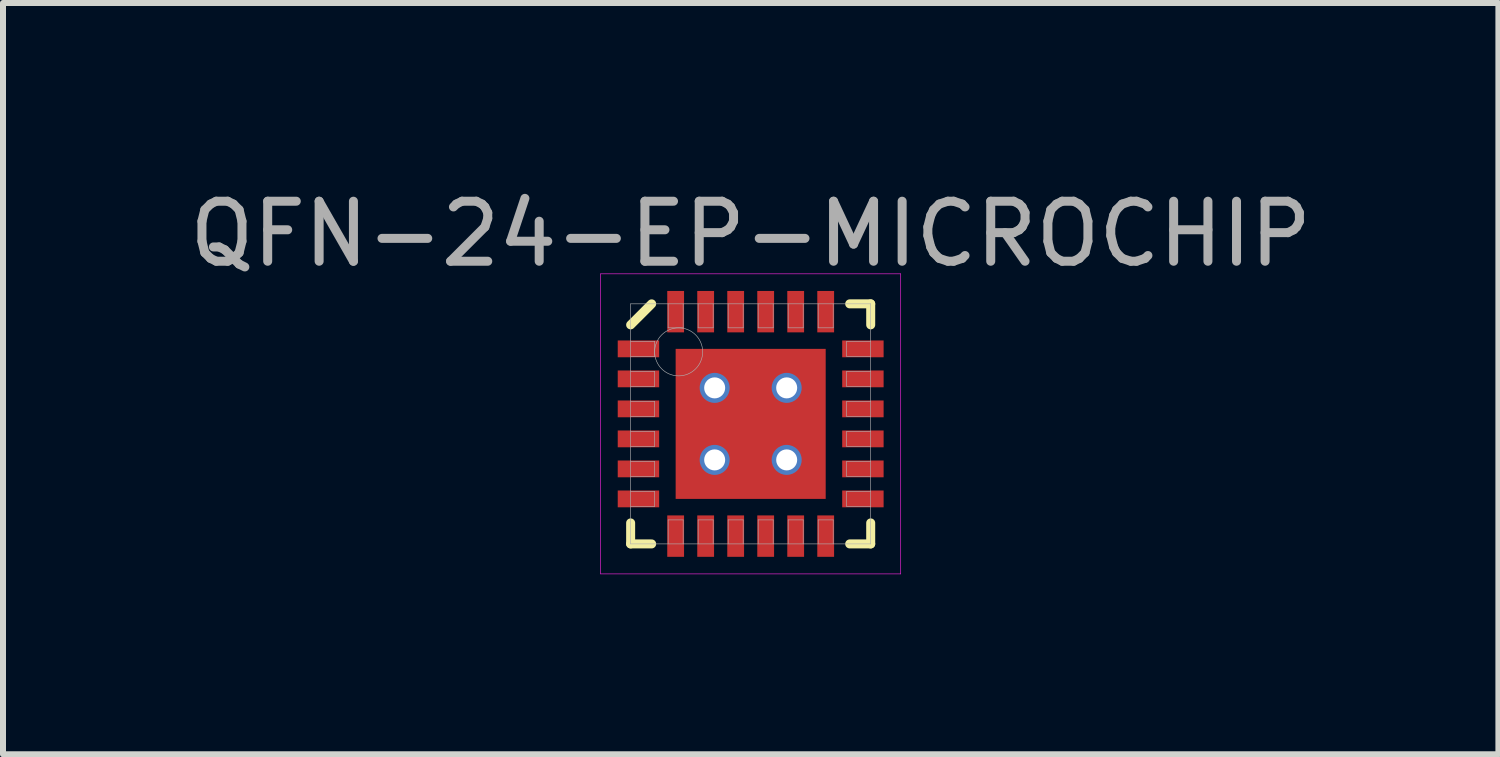
<source format=kicad_pcb>
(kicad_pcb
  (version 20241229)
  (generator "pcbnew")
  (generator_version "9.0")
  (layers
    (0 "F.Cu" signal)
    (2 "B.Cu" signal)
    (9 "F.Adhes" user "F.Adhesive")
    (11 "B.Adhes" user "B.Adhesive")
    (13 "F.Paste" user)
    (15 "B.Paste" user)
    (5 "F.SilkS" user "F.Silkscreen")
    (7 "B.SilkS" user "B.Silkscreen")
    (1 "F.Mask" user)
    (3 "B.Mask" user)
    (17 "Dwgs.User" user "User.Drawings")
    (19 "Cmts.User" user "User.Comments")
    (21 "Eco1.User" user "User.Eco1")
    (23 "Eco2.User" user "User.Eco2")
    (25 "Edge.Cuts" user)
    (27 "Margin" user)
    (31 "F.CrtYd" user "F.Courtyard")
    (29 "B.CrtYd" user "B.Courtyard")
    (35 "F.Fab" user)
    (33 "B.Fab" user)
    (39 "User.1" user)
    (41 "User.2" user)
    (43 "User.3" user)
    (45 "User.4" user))
  (footprint "QFN-24-EP-MICROCHIP"
    (layer "F.Cu")
    (at 9.458 4.013)
    (property "Reference" "QFN-24-EP-MICROCHIP" (at 0 -3.165 0) (layer "F.Fab") (effects (font (size 1 1) (thickness 0.15))))
    (attr through_hole)
    (fp_line (start -2 -1.65) (end -1.65 -2) (stroke (width 0.15) (type solid)) (layer "F.SilkS"))
    (fp_line (start -2 2) (end -2 1.65) (stroke (width 0.15) (type solid)) (layer "F.SilkS"))
    (fp_line (start -1.65 2) (end -2 2) (stroke (width 0.15) (type solid)) (layer "F.SilkS"))
    (fp_line (start 1.65 -2) (end 2 -2) (stroke (width 0.15) (type solid)) (layer "F.SilkS"))
    (fp_line (start 1.65 2) (end 2 2) (stroke (width 0.15) (type solid)) (layer "F.SilkS"))
    (fp_line (start 2 -2) (end 2 -1.65) (stroke (width 0.15) (type solid)) (layer "F.SilkS"))
    (fp_line (start 2 2) (end 2 1.65) (stroke (width 0.15) (type solid)) (layer "F.SilkS"))
    (fp_line (start -2.5 -2.5) (end 2.5 -2.5) (stroke (width 0.01) (type solid)) (layer "F.CrtYd"))
    (fp_line (start -2.5 2.5) (end -2.5 -2.5) (stroke (width 0.01) (type solid)) (layer "F.CrtYd"))
    (fp_line (start 2.5 -2.5) (end 2.5 2.5) (stroke (width 0.01) (type solid)) (layer "F.CrtYd"))
    (fp_line (start 2.5 2.5) (end -2.5 2.5) (stroke (width 0.01) (type solid)) (layer "F.CrtYd"))
    (fp_line (start -2 -2) (end 2 -2) (stroke (width 0.01) (type solid)) (layer "F.Fab"))
    (fp_line (start -2 -1.125) (end -1.6 -1.125) (stroke (width 0.01) (type solid)) (layer "F.Fab"))
    (fp_line (start -2 -0.625) (end -1.6 -0.625) (stroke (width 0.01) (type solid)) (layer "F.Fab"))
    (fp_line (start -2 -0.125) (end -1.6 -0.125) (stroke (width 0.01) (type solid)) (layer "F.Fab"))
    (fp_line (start -2 0.375) (end -1.6 0.375) (stroke (width 0.01) (type solid)) (layer "F.Fab"))
    (fp_line (start -2 0.875) (end -1.6 0.875) (stroke (width 0.01) (type solid)) (layer "F.Fab"))
    (fp_line (start -2 1.375) (end -1.6 1.375) (stroke (width 0.01) (type solid)) (layer "F.Fab"))
    (fp_line (start -2 2) (end -2 -2) (stroke (width 0.01) (type solid)) (layer "F.Fab"))
    (fp_line (start -1.6 -1.375) (end -2 -1.375) (stroke (width 0.01) (type solid)) (layer "F.Fab"))
    (fp_line (start -1.6 -1.125) (end -1.6 -1.375) (stroke (width 0.01) (type solid)) (layer "F.Fab"))
    (fp_line (start -1.6 -0.875) (end -2 -0.875) (stroke (width 0.01) (type solid)) (layer "F.Fab"))
    (fp_line (start -1.6 -0.625) (end -1.6 -0.875) (stroke (width 0.01) (type solid)) (layer "F.Fab"))
    (fp_line (start -1.6 -0.375) (end -2 -0.375) (stroke (width 0.01) (type solid)) (layer "F.Fab"))
    (fp_line (start -1.6 -0.125) (end -1.6 -0.375) (stroke (width 0.01) (type solid)) (layer "F.Fab"))
    (fp_line (start -1.6 0.125) (end -2 0.125) (stroke (width 0.01) (type solid)) (layer "F.Fab"))
    (fp_line (start -1.6 0.375) (end -1.6 0.125) (stroke (width 0.01) (type solid)) (layer "F.Fab"))
    (fp_line (start -1.6 0.625) (end -2 0.625) (stroke (width 0.01) (type solid)) (layer "F.Fab"))
    (fp_line (start -1.6 0.875) (end -1.6 0.625) (stroke (width 0.01) (type solid)) (layer "F.Fab"))
    (fp_line (start -1.6 1.125) (end -2 1.125) (stroke (width 0.01) (type solid)) (layer "F.Fab"))
    (fp_line (start -1.6 1.375) (end -1.6 1.125) (stroke (width 0.01) (type solid)) (layer "F.Fab"))
    (fp_line (start -1.375 -2) (end -1.375 -1.6) (stroke (width 0.01) (type solid)) (layer "F.Fab"))
    (fp_line (start -1.375 -1.6) (end -1.125 -1.6) (stroke (width 0.01) (type solid)) (layer "F.Fab"))
    (fp_line (start -1.375 1.6) (end -1.375 2) (stroke (width 0.01) (type solid)) (layer "F.Fab"))
    (fp_line (start -1.125 -1.6) (end -1.125 -2) (stroke (width 0.01) (type solid)) (layer "F.Fab"))
    (fp_line (start -1.125 1.6) (end -1.375 1.6) (stroke (width 0.01) (type solid)) (layer "F.Fab"))
    (fp_line (start -1.125 2) (end -1.125 1.6) (stroke (width 0.01) (type solid)) (layer "F.Fab"))
    (fp_line (start -0.875 -2) (end -0.875 -1.6) (stroke (width 0.01) (type solid)) (layer "F.Fab"))
    (fp_line (start -0.875 -1.6) (end -0.625 -1.6) (stroke (width 0.01) (type solid)) (layer "F.Fab"))
    (fp_line (start -0.875 1.6) (end -0.875 2) (stroke (width 0.01) (type solid)) (layer "F.Fab"))
    (fp_line (start -0.625 -1.6) (end -0.625 -2) (stroke (width 0.01) (type solid)) (layer "F.Fab"))
    (fp_line (start -0.625 1.6) (end -0.875 1.6) (stroke (width 0.01) (type solid)) (layer "F.Fab"))
    (fp_line (start -0.625 2) (end -0.625 1.6) (stroke (width 0.01) (type solid)) (layer "F.Fab"))
    (fp_line (start -0.375 -2) (end -0.375 -1.6) (stroke (width 0.01) (type solid)) (layer "F.Fab"))
    (fp_line (start -0.375 -1.6) (end -0.125 -1.6) (stroke (width 0.01) (type solid)) (layer "F.Fab"))
    (fp_line (start -0.375 1.6) (end -0.375 2) (stroke (width 0.01) (type solid)) (layer "F.Fab"))
    (fp_line (start -0.125 -1.6) (end -0.125 -2) (stroke (width 0.01) (type solid)) (layer "F.Fab"))
    (fp_line (start -0.125 1.6) (end -0.375 1.6) (stroke (width 0.01) (type solid)) (layer "F.Fab"))
    (fp_line (start -0.125 2) (end -0.125 1.6) (stroke (width 0.01) (type solid)) (layer "F.Fab"))
    (fp_line (start 0.125 -2) (end 0.125 -1.6) (stroke (width 0.01) (type solid)) (layer "F.Fab"))
    (fp_line (start 0.125 -1.6) (end 0.375 -1.6) (stroke (width 0.01) (type solid)) (layer "F.Fab"))
    (fp_line (start 0.125 1.6) (end 0.125 2) (stroke (width 0.01) (type solid)) (layer "F.Fab"))
    (fp_line (start 0.375 -1.6) (end 0.375 -2) (stroke (width 0.01) (type solid)) (layer "F.Fab"))
    (fp_line (start 0.375 1.6) (end 0.125 1.6) (stroke (width 0.01) (type solid)) (layer "F.Fab"))
    (fp_line (start 0.375 2) (end 0.375 1.6) (stroke (width 0.01) (type solid)) (layer "F.Fab"))
    (fp_line (start 0.625 -2) (end 0.625 -1.6) (stroke (width 0.01) (type solid)) (layer "F.Fab"))
    (fp_line (start 0.625 -1.6) (end 0.875 -1.6) (stroke (width 0.01) (type solid)) (layer "F.Fab"))
    (fp_line (start 0.625 1.6) (end 0.625 2) (stroke (width 0.01) (type solid)) (layer "F.Fab"))
    (fp_line (start 0.875 -1.6) (end 0.875 -2) (stroke (width 0.01) (type solid)) (layer "F.Fab"))
    (fp_line (start 0.875 1.6) (end 0.625 1.6) (stroke (width 0.01) (type solid)) (layer "F.Fab"))
    (fp_line (start 0.875 2) (end 0.875 1.6) (stroke (width 0.01) (type solid)) (layer "F.Fab"))
    (fp_line (start 1.125 -2) (end 1.125 -1.6) (stroke (width 0.01) (type solid)) (layer "F.Fab"))
    (fp_line (start 1.125 -1.6) (end 1.375 -1.6) (stroke (width 0.01) (type solid)) (layer "F.Fab"))
    (fp_line (start 1.125 1.6) (end 1.125 2) (stroke (width 0.01) (type solid)) (layer "F.Fab"))
    (fp_line (start 1.375 -1.6) (end 1.375 -2) (stroke (width 0.01) (type solid)) (layer "F.Fab"))
    (fp_line (start 1.375 1.6) (end 1.125 1.6) (stroke (width 0.01) (type solid)) (layer "F.Fab"))
    (fp_line (start 1.375 2) (end 1.375 1.6) (stroke (width 0.01) (type solid)) (layer "F.Fab"))
    (fp_line (start 1.6 -1.375) (end 1.6 -1.125) (stroke (width 0.01) (type solid)) (layer "F.Fab"))
    (fp_line (start 1.6 -1.125) (end 2 -1.125) (stroke (width 0.01) (type solid)) (layer "F.Fab"))
    (fp_line (start 1.6 -0.875) (end 1.6 -0.625) (stroke (width 0.01) (type solid)) (layer "F.Fab"))
    (fp_line (start 1.6 -0.625) (end 2 -0.625) (stroke (width 0.01) (type solid)) (layer "F.Fab"))
    (fp_line (start 1.6 -0.375) (end 1.6 -0.125) (stroke (width 0.01) (type solid)) (layer "F.Fab"))
    (fp_line (start 1.6 -0.125) (end 2 -0.125) (stroke (width 0.01) (type solid)) (layer "F.Fab"))
    (fp_line (start 1.6 0.125) (end 1.6 0.375) (stroke (width 0.01) (type solid)) (layer "F.Fab"))
    (fp_line (start 1.6 0.375) (end 2 0.375) (stroke (width 0.01) (type solid)) (layer "F.Fab"))
    (fp_line (start 1.6 0.625) (end 1.6 0.875) (stroke (width 0.01) (type solid)) (layer "F.Fab"))
    (fp_line (start 1.6 0.875) (end 2 0.875) (stroke (width 0.01) (type solid)) (layer "F.Fab"))
    (fp_line (start 1.6 1.125) (end 1.6 1.375) (stroke (width 0.01) (type solid)) (layer "F.Fab"))
    (fp_line (start 1.6 1.375) (end 2 1.375) (stroke (width 0.01) (type solid)) (layer "F.Fab"))
    (fp_line (start 2 -2) (end 2 2) (stroke (width 0.01) (type solid)) (layer "F.Fab"))
    (fp_line (start 2 -1.375) (end 1.6 -1.375) (stroke (width 0.01) (type solid)) (layer "F.Fab"))
    (fp_line (start 2 -0.875) (end 1.6 -0.875) (stroke (width 0.01) (type solid)) (layer "F.Fab"))
    (fp_line (start 2 -0.375) (end 1.6 -0.375) (stroke (width 0.01) (type solid)) (layer "F.Fab"))
    (fp_line (start 2 0.125) (end 1.6 0.125) (stroke (width 0.01) (type solid)) (layer "F.Fab"))
    (fp_line (start 2 0.625) (end 1.6 0.625) (stroke (width 0.01) (type solid)) (layer "F.Fab"))
    (fp_line (start 2 1.125) (end 1.6 1.125) (stroke (width 0.01) (type solid)) (layer "F.Fab"))
    (fp_line (start 2 2) (end -2 2) (stroke (width 0.01) (type solid)) (layer "F.Fab"))
    (fp_circle (center -1.2 -1.2) (end -1.2 -0.8) (stroke (width 0.01) (type solid)) (fill no) (layer "F.Fab"))
    (pad "" smd rect (at -0.6 -0.6) (size 1 1) (layers "F.Mask"))
    (pad "" smd rect (at -0.6 -0.6) (size 1 1) (layers "F.Paste"))
    (pad "" smd rect (at -0.6 0.6) (size 1 1) (layers "F.Mask"))
    (pad "" smd rect (at -0.6 0.6) (size 1 1) (layers "F.Paste"))
    (pad "" smd rect (at 0.6 -0.6) (size 1 1) (layers "F.Mask"))
    (pad "" smd rect (at 0.6 -0.6) (size 1 1) (layers "F.Paste"))
    (pad "" smd rect (at 0.6 0.6) (size 1 1) (layers "F.Mask"))
    (pad "" smd rect (at 0.6 0.6) (size 1 1) (layers "F.Paste"))
    (pad "1" smd rect (at -1.87 -1.25) (size 0.69 0.28) (layers "F.Cu" "F.Mask" "F.Paste"))
    (pad "2" smd rect (at -1.87 -0.75) (size 0.69 0.28) (layers "F.Cu" "F.Mask" "F.Paste"))
    (pad "3" smd rect (at -1.87 -0.25) (size 0.69 0.28) (layers "F.Cu" "F.Mask" "F.Paste"))
    (pad "4" smd rect (at -1.87 0.25) (size 0.69 0.28) (layers "F.Cu" "F.Mask" "F.Paste"))
    (pad "5" smd rect (at -1.87 0.75) (size 0.69 0.28) (layers "F.Cu" "F.Mask" "F.Paste"))
    (pad "6" smd rect (at -1.87 1.25) (size 0.69 0.28) (layers "F.Cu" "F.Mask" "F.Paste"))
    (pad "7" smd rect (at -1.25 1.87) (size 0.28 0.69) (layers "F.Cu" "F.Mask" "F.Paste"))
    (pad "8" smd rect (at -0.75 1.87) (size 0.28 0.69) (layers "F.Cu" "F.Mask" "F.Paste"))
    (pad "9" smd rect (at -0.25 1.87) (size 0.28 0.69) (layers "F.Cu" "F.Mask" "F.Paste"))
    (pad "10" smd rect (at 0.25 1.87) (size 0.28 0.69) (layers "F.Cu" "F.Mask" "F.Paste"))
    (pad "11" smd rect (at 0.75 1.87) (size 0.28 0.69) (layers "F.Cu" "F.Mask" "F.Paste"))
    (pad "12" smd rect (at 1.25 1.87) (size 0.28 0.69) (layers "F.Cu" "F.Mask" "F.Paste"))
    (pad "13" smd rect (at 1.87 1.25) (size 0.69 0.28) (layers "F.Cu" "F.Mask" "F.Paste"))
    (pad "14" smd rect (at 1.87 0.75) (size 0.69 0.28) (layers "F.Cu" "F.Mask" "F.Paste"))
    (pad "15" smd rect (at 1.87 0.25) (size 0.69 0.28) (layers "F.Cu" "F.Mask" "F.Paste"))
    (pad "16" smd rect (at 1.87 -0.25) (size 0.69 0.28) (layers "F.Cu" "F.Mask" "F.Paste"))
    (pad "17" smd rect (at 1.87 -0.75) (size 0.69 0.28) (layers "F.Cu" "F.Mask" "F.Paste"))
    (pad "18" smd rect (at 1.87 -1.25) (size 0.69 0.28) (layers "F.Cu" "F.Mask" "F.Paste"))
    (pad "19" smd rect (at 1.25 -1.87) (size 0.28 0.69) (layers "F.Cu" "F.Mask" "F.Paste"))
    (pad "20" smd rect (at 0.75 -1.87) (size 0.28 0.69) (layers "F.Cu" "F.Mask" "F.Paste"))
    (pad "21" smd rect (at 0.25 -1.87) (size 0.28 0.69) (layers "F.Cu" "F.Mask" "F.Paste"))
    (pad "22" smd rect (at -0.25 -1.87) (size 0.28 0.69) (layers "F.Cu" "F.Mask" "F.Paste"))
    (pad "23" smd rect (at -0.75 -1.87) (size 0.28 0.69) (layers "F.Cu" "F.Mask" "F.Paste"))
    (pad "24" smd rect (at -1.25 -1.87) (size 0.28 0.69) (layers "F.Cu" "F.Mask" "F.Paste"))
    (pad "EP" thru_hole circle (at -0.6 -0.6) (size 0.5 0.5) (drill 0.35) (layers "*.Cu"))
    (pad "EP" thru_hole circle (at -0.6 0.6) (size 0.5 0.5) (drill 0.35) (layers "*.Cu"))
    (pad "EP" smd rect (at 0 0) (size 2.5 2.5) (layers "F.Cu"))
    (pad "EP" thru_hole circle (at 0.6 -0.6) (size 0.5 0.5) (drill 0.35) (layers "*.Cu"))
    (pad "EP" thru_hole circle (at 0.6 0.6) (size 0.5 0.5) (drill 0.35) (layers "*.Cu")))
  (gr_rect
    (start -3 -3)
    (end 21.917 9.518)
    (stroke (width 0.1) (type default))
    (fill no)
    (layer "Edge.Cuts")))
</source>
